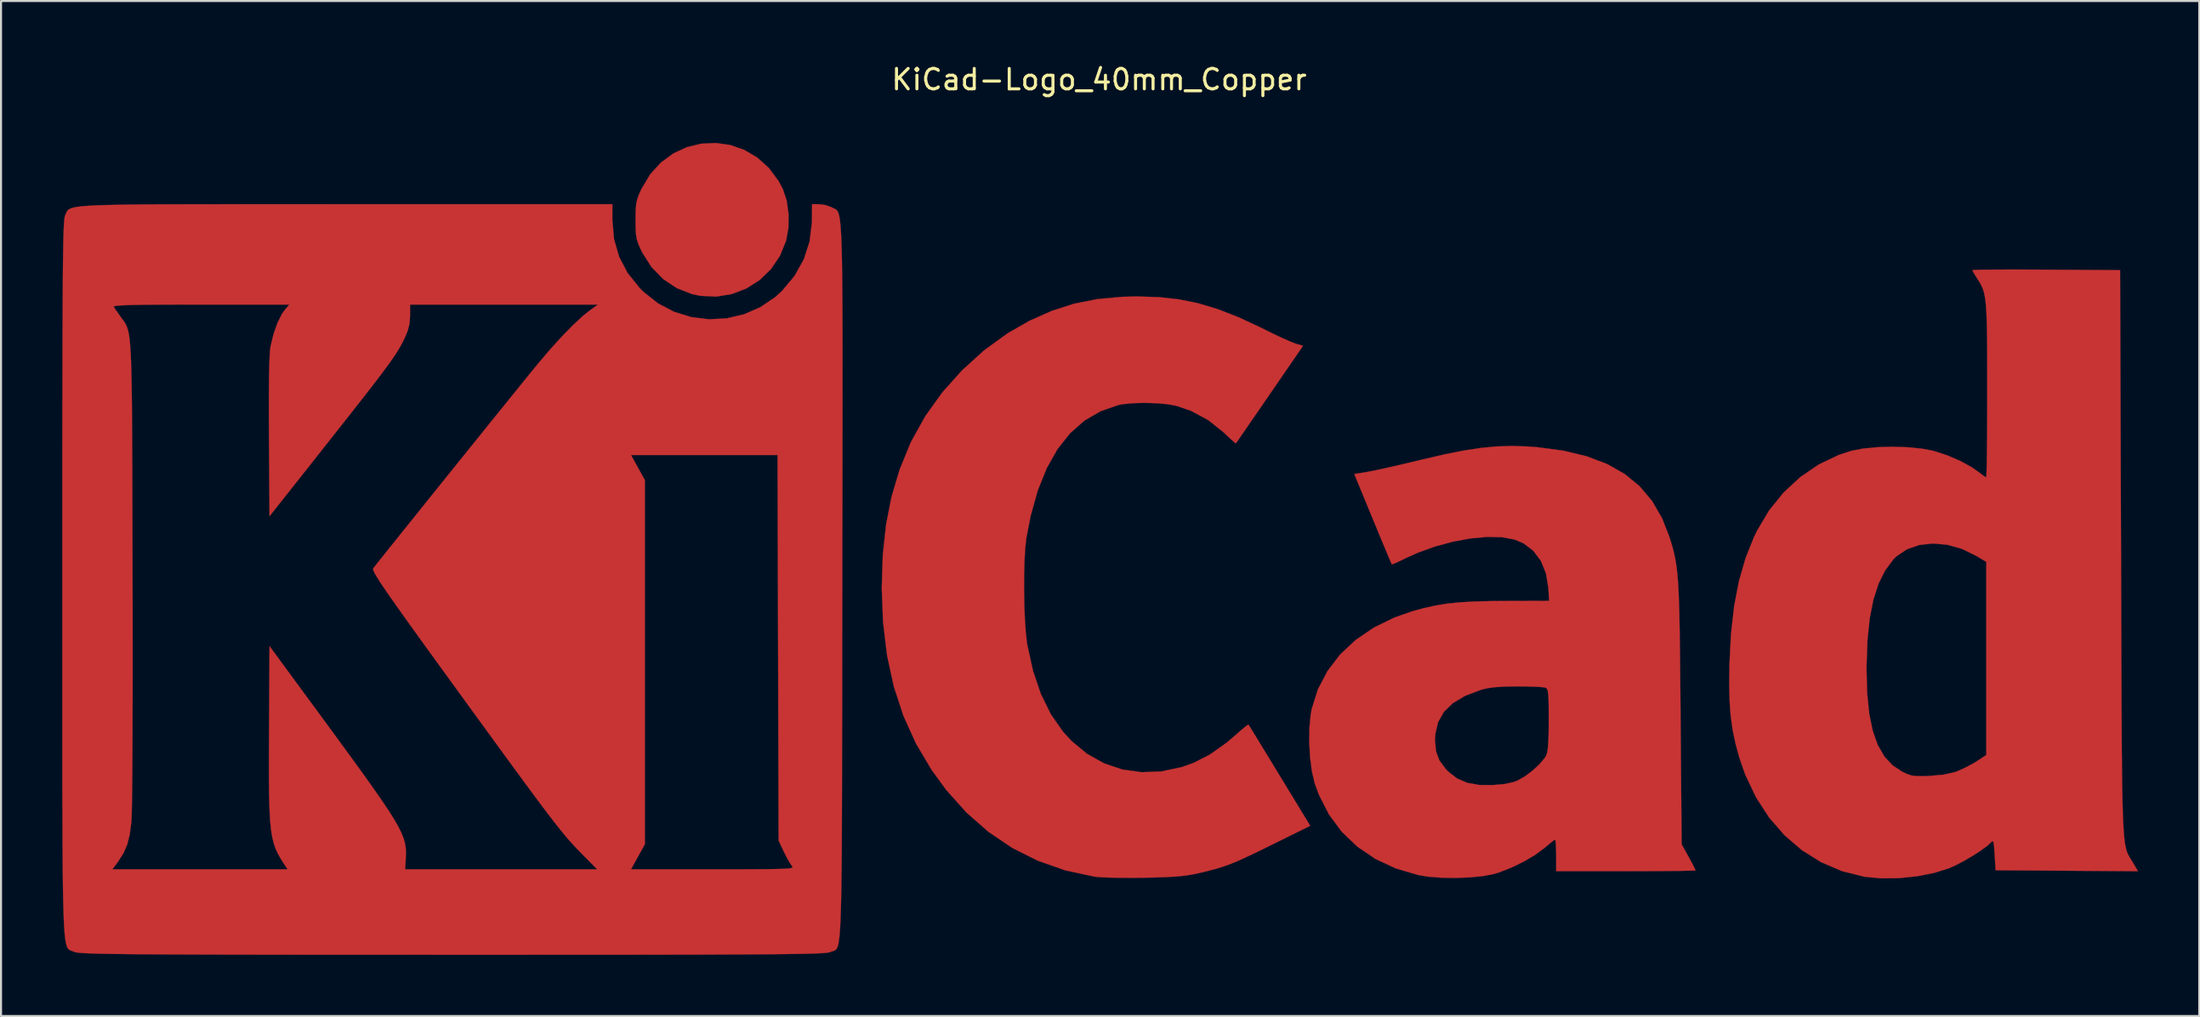
<source format=kicad_pcb>
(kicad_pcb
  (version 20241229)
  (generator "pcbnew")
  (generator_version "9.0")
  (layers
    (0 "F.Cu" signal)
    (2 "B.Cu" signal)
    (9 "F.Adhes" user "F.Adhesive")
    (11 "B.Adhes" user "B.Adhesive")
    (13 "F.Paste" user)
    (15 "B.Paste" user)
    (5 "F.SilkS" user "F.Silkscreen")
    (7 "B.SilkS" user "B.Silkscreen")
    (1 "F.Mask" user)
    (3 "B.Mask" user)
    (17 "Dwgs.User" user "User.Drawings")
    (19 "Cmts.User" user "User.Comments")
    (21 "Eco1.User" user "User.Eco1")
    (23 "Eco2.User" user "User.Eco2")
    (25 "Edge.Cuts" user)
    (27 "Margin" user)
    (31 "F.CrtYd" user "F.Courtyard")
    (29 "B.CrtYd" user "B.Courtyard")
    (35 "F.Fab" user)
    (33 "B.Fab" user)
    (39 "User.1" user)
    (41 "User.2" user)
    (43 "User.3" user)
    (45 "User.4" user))
  (footprint "KiCad-Logo_40mm_Copper"
    (layer "F.Cu")
    (at 50.806 23.708)
    (property "Reference" "KiCad-Logo_40mm_Copper" (at 0 -22.86 0) (layer "F.SilkS") (effects (font (size 1 1) (thickness 0.15))))
    (attr exclude_from_pos_files exclude_from_bom)
    (fp_poly (pts (xy -18.076 -19.651) (xy -17.392 -19.413) (xy -16.756 -19.04) (xy -16.187 -18.531) (xy -15.708 -17.886) (xy -15.493 -17.48) (xy -15.306 -16.911) (xy -15.216 -16.254) (xy -15.226 -15.579) (xy -15.337 -14.968) (xy -15.641 -14.22) (xy -16.081 -13.572) (xy -16.635 -13.035) (xy -17.282 -12.624) (xy -17.998 -12.349) (xy -18.761 -12.225) (xy -19.549 -12.263) (xy -19.938 -12.345) (xy -20.695 -12.64) (xy -21.367 -13.089) (xy -21.938 -13.679) (xy -22.393 -14.397) (xy -22.431 -14.475) (xy -22.564 -14.769) (xy -22.647 -15.017) (xy -22.693 -15.278) (xy -22.711 -15.613) (xy -22.714 -15.977) (xy -22.709 -16.415) (xy -22.686 -16.732) (xy -22.634 -16.987) (xy -22.541 -17.243) (xy -22.426 -17.496) (xy -21.998 -18.213) (xy -21.47 -18.793) (xy -20.864 -19.237) (xy -20.201 -19.545) (xy -19.501 -19.716) (xy -18.786 -19.751) (xy -18.076 -19.651)) (stroke (width 0.01) (type solid)) (fill yes) (layer "F.Cu"))
    (fp_poly (pts (xy 2.917 -12.197) (xy 3.899 -12.09) (xy 4.85 -11.898) (xy 5.809 -11.61) (xy 6.815 -11.218) (xy 7.907 -10.711) (xy 8.103 -10.613) (xy 8.554 -10.39) (xy 8.98 -10.19) (xy 9.338 -10.031) (xy 9.586 -9.933) (xy 9.624 -9.92) (xy 9.989 -9.811) (xy 8.354 -7.432) (xy 7.954 -6.85) (xy 7.588 -6.319) (xy 7.27 -5.856) (xy 7.01 -5.479) (xy 6.822 -5.207) (xy 6.718 -5.057) (xy 6.701 -5.033) (xy 6.632 -5.083) (xy 6.463 -5.232) (xy 6.223 -5.454) (xy 6.091 -5.58) (xy 5.343 -6.175) (xy 4.502 -6.627) (xy 3.778 -6.875) (xy 3.343 -6.953) (xy 2.799 -7) (xy 2.209 -7.016) (xy 1.638 -7) (xy 1.148 -6.951) (xy 0.953 -6.914) (xy 0.074 -6.611) (xy -0.719 -6.149) (xy -1.424 -5.528) (xy -2.041 -4.75) (xy -2.569 -3.815) (xy -3.008 -2.723) (xy -3.356 -1.477) (xy -3.564 -0.41) (xy -3.618 0.061) (xy -3.655 0.67) (xy -3.675 1.372) (xy -3.678 2.125) (xy -3.666 2.883) (xy -3.637 3.605) (xy -3.593 4.245) (xy -3.534 4.76) (xy -3.521 4.839) (xy -3.239 6.12) (xy -2.855 7.253) (xy -2.366 8.244) (xy -1.771 9.098) (xy -1.348 9.559) (xy -0.588 10.186) (xy 0.245 10.651) (xy 1.138 10.951) (xy 2.076 11.083) (xy 3.045 11.046) (xy 4.031 10.837) (xy 4.614 10.632) (xy 5.422 10.221) (xy 6.253 9.633) (xy 6.719 9.235) (xy 6.981 9.004) (xy 7.187 8.835) (xy 7.304 8.754) (xy 7.318 8.751) (xy 7.37 8.835) (xy 7.506 9.054) (xy 7.713 9.392) (xy 7.979 9.829) (xy 8.295 10.346) (xy 8.647 10.924) (xy 8.843 11.246) (xy 10.342 13.707) (xy 8.471 14.632) (xy 7.795 14.964) (xy 7.247 15.226) (xy 6.794 15.43) (xy 6.402 15.591) (xy 6.039 15.72) (xy 5.67 15.831) (xy 5.262 15.937) (xy 4.871 16.03) (xy 4.523 16.102) (xy 4.159 16.156) (xy 3.744 16.196) (xy 3.239 16.224) (xy 2.609 16.244) (xy 2.185 16.252) (xy 1.579 16.258) (xy 0.999 16.255) (xy 0.481 16.245) (xy 0.066 16.227) (xy -0.209 16.202) (xy -0.226 16.2) (xy -1.656 15.891) (xy -2.999 15.421) (xy -4.254 14.793) (xy -5.421 14.005) (xy -6.499 13.058) (xy -7.489 11.953) (xy -8.206 10.97) (xy -8.969 9.684) (xy -9.585 8.326) (xy -10.059 6.885) (xy -10.392 5.35) (xy -10.588 3.711) (xy -10.65 2.046) (xy -10.599 0.435) (xy -10.439 -1.051) (xy -10.166 -2.437) (xy -9.774 -3.749) (xy -9.257 -5.012) (xy -9.196 -5.142) (xy -8.516 -6.365) (xy -7.682 -7.529) (xy -6.716 -8.609) (xy -5.643 -9.582) (xy -4.485 -10.424) (xy -3.407 -11.041) (xy -2.317 -11.524) (xy -1.225 -11.875) (xy -0.089 -12.101) (xy 1.135 -12.213) (xy 1.866 -12.23) (xy 2.917 -12.197)) (stroke (width 0.01) (type solid)) (fill yes) (layer "F.Cu"))
    (fp_poly (pts (xy 45.37 -13.548) (xy 46.144 -13.545) (xy 46.407 -13.543) (xy 50.026 -13.519) (xy 50.072 0.364) (xy 50.078 2.247) (xy 50.083 3.956) (xy 50.088 5.501) (xy 50.093 6.891) (xy 50.098 8.133) (xy 50.104 9.238) (xy 50.111 10.214) (xy 50.12 11.07) (xy 50.13 11.814) (xy 50.142 12.456) (xy 50.157 13.005) (xy 50.174 13.468) (xy 50.195 13.855) (xy 50.219 14.176) (xy 50.246 14.438) (xy 50.278 14.651) (xy 50.314 14.823) (xy 50.355 14.963) (xy 50.401 15.08) (xy 50.453 15.184) (xy 50.511 15.282) (xy 50.574 15.384) (xy 50.644 15.498) (xy 50.659 15.522) (xy 50.9 15.934) (xy 43.927 15.886) (xy 43.881 15.12) (xy 43.856 14.753) (xy 43.83 14.54) (xy 43.795 14.456) (xy 43.743 14.473) (xy 43.699 14.522) (xy 43.507 14.699) (xy 43.195 14.926) (xy 42.806 15.177) (xy 42.384 15.424) (xy 41.974 15.64) (xy 41.659 15.782) (xy 40.921 16.015) (xy 40.074 16.181) (xy 39.181 16.272) (xy 38.304 16.282) (xy 37.506 16.205) (xy 37.493 16.203) (xy 36.401 15.929) (xy 35.379 15.492) (xy 34.436 14.903) (xy 33.583 14.169) (xy 32.829 13.301) (xy 32.185 12.308) (xy 31.659 11.2) (xy 31.373 10.378) (xy 31.185 9.691) (xy 31.045 9.026) (xy 30.949 8.342) (xy 30.894 7.599) (xy 30.875 6.757) (xy 30.883 6.069) (xy 37.601 6.069) (xy 37.633 7.222) (xy 37.733 8.215) (xy 37.905 9.055) (xy 38.152 9.752) (xy 38.476 10.314) (xy 38.881 10.75) (xy 39.348 11.058) (xy 39.592 11.173) (xy 39.803 11.242) (xy 40.038 11.274) (xy 40.354 11.276) (xy 40.695 11.264) (xy 41.364 11.205) (xy 41.894 11.089) (xy 42.06 11.031) (xy 42.44 10.86) (xy 42.841 10.645) (xy 43.016 10.538) (xy 43.471 10.239) (xy 43.471 0.776) (xy 42.971 0.476) (xy 42.272 0.136) (xy 41.559 -0.064) (xy 40.856 -0.127) (xy 40.191 -0.054) (xy 39.589 0.154) (xy 39.075 0.496) (xy 38.91 0.66) (xy 38.511 1.197) (xy 38.188 1.848) (xy 37.938 2.623) (xy 37.759 3.534) (xy 37.648 4.591) (xy 37.603 5.807) (xy 37.601 6.069) (xy 30.883 6.069) (xy 30.887 5.783) (xy 30.964 4.284) (xy 31.118 2.932) (xy 31.354 1.708) (xy 31.676 0.59) (xy 32.087 -0.439) (xy 32.234 -0.744) (xy 32.825 -1.739) (xy 33.54 -2.623) (xy 34.361 -3.383) (xy 35.272 -4.002) (xy 36.255 -4.469) (xy 36.845 -4.661) (xy 37.424 -4.775) (xy 38.121 -4.843) (xy 38.877 -4.865) (xy 39.634 -4.84) (xy 40.333 -4.77) (xy 40.895 -4.659) (xy 41.563 -4.442) (xy 42.211 -4.162) (xy 42.777 -3.849) (xy 43.079 -3.636) (xy 43.287 -3.478) (xy 43.433 -3.382) (xy 43.466 -3.368) (xy 43.476 -3.457) (xy 43.486 -3.709) (xy 43.495 -4.108) (xy 43.502 -4.635) (xy 43.508 -5.273) (xy 43.513 -6.005) (xy 43.516 -6.811) (xy 43.517 -7.633) (xy 43.516 -8.685) (xy 43.514 -9.572) (xy 43.507 -10.311) (xy 43.496 -10.919) (xy 43.478 -11.413) (xy 43.452 -11.809) (xy 43.416 -12.125) (xy 43.369 -12.378) (xy 43.308 -12.584) (xy 43.234 -12.762) (xy 43.144 -12.926) (xy 43.036 -13.096) (xy 43.022 -13.117) (xy 42.884 -13.336) (xy 42.8 -13.487) (xy 42.789 -13.518) (xy 42.876 -13.528) (xy 43.127 -13.537) (xy 43.521 -13.543) (xy 44.039 -13.547) (xy 44.662 -13.549) (xy 45.37 -13.548)) (stroke (width 0.01) (type solid)) (fill yes) (layer "F.Cu"))
    (fp_poly (pts (xy 21.003 -4.879) (xy 21.454 -4.845) (xy 22.745 -4.673) (xy 23.888 -4.399) (xy 24.889 -4.019) (xy 25.753 -3.53) (xy 26.486 -2.927) (xy 27.094 -2.207) (xy 27.583 -1.365) (xy 27.939 -0.455) (xy 28.03 -0.165) (xy 28.109 0.107) (xy 28.177 0.375) (xy 28.235 0.654) (xy 28.284 0.958) (xy 28.325 1.303) (xy 28.36 1.702) (xy 28.388 2.171) (xy 28.411 2.723) (xy 28.43 3.374) (xy 28.445 4.139) (xy 28.458 5.031) (xy 28.469 6.066) (xy 28.48 7.259) (xy 28.488 8.194) (xy 28.541 14.612) (xy 28.882 15.229) (xy 29.044 15.527) (xy 29.164 15.758) (xy 29.222 15.881) (xy 29.224 15.89) (xy 29.136 15.899) (xy 28.886 15.908) (xy 28.494 15.916) (xy 27.979 15.922) (xy 27.362 15.927) (xy 26.663 15.931) (xy 25.901 15.932) (xy 25.81 15.932) (xy 22.396 15.932) (xy 22.396 15.158) (xy 22.39 14.808) (xy 22.374 14.541) (xy 22.352 14.398) (xy 22.342 14.384) (xy 22.252 14.44) (xy 22.066 14.586) (xy 21.824 14.791) (xy 21.819 14.795) (xy 21.378 15.124) (xy 20.82 15.454) (xy 20.21 15.752) (xy 19.61 15.988) (xy 19.346 16.068) (xy 18.82 16.17) (xy 18.175 16.235) (xy 17.469 16.263) (xy 16.762 16.251) (xy 16.113 16.2) (xy 15.659 16.126) (xy 14.545 15.799) (xy 13.542 15.333) (xy 12.657 14.733) (xy 11.896 14.006) (xy 11.265 13.158) (xy 10.772 12.193) (xy 10.559 11.608) (xy 10.426 11.039) (xy 10.338 10.356) (xy 10.297 9.622) (xy 10.298 9.515) (xy 16.455 9.515) (xy 16.506 10.06) (xy 16.676 10.513) (xy 16.991 10.934) (xy 17.111 11.057) (xy 17.54 11.391) (xy 18.036 11.604) (xy 18.63 11.708) (xy 19.256 11.715) (xy 19.849 11.665) (xy 20.304 11.567) (xy 20.501 11.493) (xy 20.857 11.292) (xy 21.233 11.009) (xy 21.577 10.691) (xy 21.834 10.386) (xy 21.902 10.274) (xy 21.955 10.117) (xy 21.993 9.868) (xy 22.017 9.502) (xy 22.029 8.996) (xy 22.032 8.514) (xy 22.03 7.952) (xy 22.023 7.546) (xy 22.008 7.269) (xy 21.983 7.094) (xy 21.944 6.996) (xy 21.889 6.947) (xy 21.872 6.939) (xy 21.725 6.915) (xy 21.435 6.895) (xy 21.042 6.882) (xy 20.583 6.876) (xy 20.484 6.876) (xy 19.871 6.886) (xy 19.398 6.915) (xy 19.022 6.967) (xy 18.711 7.044) (xy 17.941 7.335) (xy 17.337 7.693) (xy 16.893 8.124) (xy 16.606 8.633) (xy 16.469 9.227) (xy 16.455 9.515) (xy 10.298 9.515) (xy 10.306 8.899) (xy 10.368 8.252) (xy 10.416 7.991) (xy 10.722 7.02) (xy 11.189 6.127) (xy 11.806 5.32) (xy 12.565 4.607) (xy 13.458 3.998) (xy 14.475 3.501) (xy 15.34 3.199) (xy 15.918 3.04) (xy 16.471 2.917) (xy 17.034 2.825) (xy 17.644 2.761) (xy 18.337 2.72) (xy 19.147 2.698) (xy 19.88 2.692) (xy 22.052 2.686) (xy 22.01 2.033) (xy 21.892 1.324) (xy 21.641 0.715) (xy 21.267 0.221) (xy 20.781 -0.143) (xy 20.354 -0.321) (xy 19.741 -0.433) (xy 19.011 -0.449) (xy 18.199 -0.375) (xy 17.339 -0.217) (xy 16.465 0.019) (xy 15.61 0.327) (xy 14.989 0.609) (xy 14.691 0.754) (xy 14.463 0.855) (xy 14.347 0.895) (xy 14.341 0.893) (xy 14.301 0.805) (xy 14.201 0.571) (xy 14.051 0.213) (xy 13.859 -0.246) (xy 13.636 -0.784) (xy 13.409 -1.332) (xy 12.503 -3.529) (xy 13.148 -3.635) (xy 13.427 -3.688) (xy 13.847 -3.777) (xy 14.372 -3.894) (xy 14.965 -4.032) (xy 15.592 -4.181) (xy 15.841 -4.241) (xy 16.919 -4.491) (xy 17.864 -4.679) (xy 18.709 -4.808) (xy 19.491 -4.881) (xy 20.243 -4.904) (xy 21.003 -4.879)) (stroke (width 0.01) (type solid)) (fill yes) (layer "F.Cu"))
    (fp_poly (pts (xy -39.491 -16.752) (xy -37.737 -16.751) (xy -36.921 -16.751) (xy -23.852 -16.751) (xy -23.852 -15.981) (xy -23.77 -15.043) (xy -23.522 -14.179) (xy -23.106 -13.382) (xy -22.519 -12.648) (xy -22.32 -12.449) (xy -21.606 -11.887) (xy -20.819 -11.476) (xy -19.982 -11.218) (xy -19.118 -11.112) (xy -18.251 -11.157) (xy -17.405 -11.354) (xy -16.602 -11.703) (xy -15.866 -12.202) (xy -15.535 -12.503) (xy -14.919 -13.242) (xy -14.468 -14.054) (xy -14.184 -14.931) (xy -14.073 -15.863) (xy -14.071 -15.955) (xy -14.066 -16.751) (xy -13.715 -16.751) (xy -13.405 -16.709) (xy -13.121 -16.607) (xy -13.102 -16.596) (xy -13.038 -16.563) (xy -12.98 -16.537) (xy -12.926 -16.511) (xy -12.877 -16.477) (xy -12.832 -16.428) (xy -12.792 -16.356) (xy -12.756 -16.254) (xy -12.724 -16.114) (xy -12.696 -15.928) (xy -12.672 -15.689) (xy -12.65 -15.39) (xy -12.632 -15.023) (xy -12.617 -14.58) (xy -12.604 -14.054) (xy -12.594 -13.438) (xy -12.586 -12.723) (xy -12.58 -11.902) (xy -12.576 -10.968) (xy -12.574 -9.913) (xy -12.573 -8.73) (xy -12.573 -7.411) (xy -12.575 -5.948) (xy -12.577 -4.335) (xy -12.579 -2.562) (xy -12.582 -0.624) (xy -12.585 1.488) (xy -12.585 1.745) (xy -12.588 3.871) (xy -12.59 5.822) (xy -12.592 7.606) (xy -12.595 9.23) (xy -12.597 10.703) (xy -12.6 12.031) (xy -12.604 13.223) (xy -12.609 14.285) (xy -12.615 15.225) (xy -12.623 16.051) (xy -12.632 16.77) (xy -12.644 17.391) (xy -12.658 17.919) (xy -12.674 18.364) (xy -12.693 18.732) (xy -12.715 19.031) (xy -12.74 19.268) (xy -12.769 19.452) (xy -12.801 19.589) (xy -12.838 19.688) (xy -12.878 19.755) (xy -12.923 19.798) (xy -12.973 19.825) (xy -13.027 19.844) (xy -13.087 19.861) (xy -13.152 19.885) (xy -13.168 19.892) (xy -13.218 19.908) (xy -13.302 19.923) (xy -13.426 19.937) (xy -13.599 19.949) (xy -13.828 19.961) (xy -14.12 19.971) (xy -14.481 19.98) (xy -14.921 19.988) (xy -15.445 19.995) (xy -16.061 20.001) (xy -16.777 20.007) (xy -17.599 20.011) (xy -18.536 20.015) (xy -19.594 20.019) (xy -20.78 20.021) (xy -22.103 20.023) (xy -23.569 20.025) (xy -25.185 20.026) (xy -26.96 20.026) (xy -28.899 20.027) (xy -31.011 20.027) (xy -31.695 20.027) (xy -33.854 20.026) (xy -35.839 20.026) (xy -37.656 20.025) (xy -39.313 20.024) (xy -40.818 20.022) (xy -42.177 20.02) (xy -43.399 20.018) (xy -44.491 20.014) (xy -45.459 20.011) (xy -46.312 20.006) (xy -47.057 20.001) (xy -47.701 19.995) (xy -48.252 19.988) (xy -48.717 19.981) (xy -49.103 19.972) (xy -49.419 19.962) (xy -49.67 19.951) (xy -49.865 19.94) (xy -50.011 19.926) (xy -50.116 19.912) (xy -50.186 19.896) (xy -50.225 19.882) (xy -50.293 19.853) (xy -50.355 19.832) (xy -50.413 19.811) (xy -50.465 19.782) (xy -50.512 19.738) (xy -50.555 19.672) (xy -50.593 19.576) (xy -50.627 19.442) (xy -50.657 19.262) (xy -50.684 19.031) (xy -50.707 18.739) (xy -50.726 18.379) (xy -50.743 17.944) (xy -50.757 17.426) (xy -50.769 16.818) (xy -50.778 16.112) (xy -50.781 15.841) (xy -48.351 15.841) (xy -39.763 15.841) (xy -39.929 15.591) (xy -40.093 15.333) (xy -40.232 15.088) (xy -40.348 14.838) (xy -40.443 14.567) (xy -40.518 14.255) (xy -40.577 13.888) (xy -40.62 13.447) (xy -40.649 12.916) (xy -40.668 12.277) (xy -40.677 11.513) (xy -40.679 10.607) (xy -40.675 9.542) (xy -40.673 9.146) (xy -40.649 4.907) (xy -37.963 8.563) (xy -37.203 9.601) (xy -36.543 10.504) (xy -35.979 11.285) (xy -35.502 11.956) (xy -35.105 12.529) (xy -34.781 13.015) (xy -34.523 13.428) (xy -34.325 13.778) (xy -34.178 14.078) (xy -34.076 14.34) (xy -34.011 14.575) (xy -33.977 14.796) (xy -33.967 15.014) (xy -33.972 15.242) (xy -33.974 15.271) (xy -34.003 15.841) (xy -29.297 15.841) (xy -24.592 15.841) (xy -25.292 15.135) (xy -25.482 14.942) (xy -25.662 14.754) (xy -25.84 14.561) (xy -26.025 14.353) (xy -26.223 14.118) (xy -26.443 13.848) (xy -26.693 13.53) (xy -26.981 13.156) (xy -27.315 12.715) (xy -27.702 12.195) (xy -28.15 11.588) (xy -28.668 10.883) (xy -29.262 10.068) (xy -29.942 9.135) (xy -30.716 8.072) (xy -31.349 7.2) (xy -32.145 6.104) (xy -32.838 5.147) (xy -33.437 4.317) (xy -33.947 3.608) (xy -34.373 3.008) (xy -34.724 2.51) (xy -35.005 2.104) (xy -35.221 1.781) (xy -35.38 1.532) (xy -35.488 1.348) (xy -35.551 1.22) (xy -35.576 1.139) (xy -35.568 1.096) (xy -35.48 0.982) (xy -35.288 0.74) (xy -35.006 0.386) (xy -34.643 -0.067) (xy -34.213 -0.604) (xy -33.725 -1.211) (xy -33.193 -1.874) (xy -32.627 -2.578) (xy -32.039 -3.309) (xy -31.441 -4.052) (xy -31.111 -4.461) (xy -22.938 -4.461) (xy -22.599 -3.846) (xy -22.259 -3.232) (xy -22.259 14.612) (xy -22.599 15.226) (xy -22.938 15.841) (xy -18.92 15.841) (xy -17.961 15.841) (xy -17.169 15.839) (xy -16.528 15.836) (xy -16.024 15.831) (xy -15.642 15.823) (xy -15.366 15.812) (xy -15.181 15.796) (xy -15.071 15.776) (xy -15.023 15.75) (xy -15.021 15.718) (xy -15.048 15.679) (xy -15.049 15.679) (xy -15.163 15.513) (xy -15.315 15.243) (xy -15.45 14.974) (xy -15.704 14.43) (xy -15.73 4.984) (xy -15.756 -4.461) (xy -22.938 -4.461) (xy -31.111 -4.461) (xy -30.843 -4.794) (xy -30.258 -5.519) (xy -29.698 -6.215) (xy -29.173 -6.865) (xy -28.695 -7.456) (xy -28.276 -7.974) (xy -27.928 -8.403) (xy -27.661 -8.731) (xy -27.505 -8.922) (xy -26.897 -9.636) (xy -26.312 -10.281) (xy -25.77 -10.834) (xy -25.293 -11.276) (xy -24.954 -11.547) (xy -24.553 -11.835) (xy -33.766 -11.835) (xy -33.764 -11.295) (xy -33.789 -10.897) (xy -33.886 -10.529) (xy -34.036 -10.179) (xy -34.133 -9.982) (xy -34.238 -9.786) (xy -34.36 -9.58) (xy -34.508 -9.349) (xy -34.692 -9.081) (xy -34.922 -8.763) (xy -35.206 -8.382) (xy -35.556 -7.924) (xy -35.98 -7.378) (xy -36.488 -6.729) (xy -37.089 -5.966) (xy -37.793 -5.075) (xy -37.872 -4.974) (xy -40.649 -1.463) (xy -40.676 -5.352) (xy -40.681 -6.516) (xy -40.68 -7.503) (xy -40.672 -8.313) (xy -40.658 -8.952) (xy -40.637 -9.421) (xy -40.609 -9.725) (xy -40.599 -9.783) (xy -40.452 -10.39) (xy -40.259 -10.937) (xy -40.038 -11.377) (xy -39.906 -11.563) (xy -39.677 -11.835) (xy -44.015 -11.835) (xy -45.05 -11.834) (xy -45.915 -11.831) (xy -46.623 -11.826) (xy -47.188 -11.818) (xy -47.62 -11.807) (xy -47.934 -11.793) (xy -48.141 -11.775) (xy -48.254 -11.753) (xy -48.286 -11.727) (xy -48.284 -11.721) (xy -48.192 -11.583) (xy -48.039 -11.363) (xy -47.959 -11.251) (xy -47.877 -11.14) (xy -47.803 -11.041) (xy -47.737 -10.944) (xy -47.679 -10.838) (xy -47.627 -10.716) (xy -47.582 -10.566) (xy -47.542 -10.378) (xy -47.509 -10.144) (xy -47.48 -9.854) (xy -47.456 -9.497) (xy -47.436 -9.063) (xy -47.42 -8.544) (xy -47.407 -7.929) (xy -47.396 -7.208) (xy -47.388 -6.372) (xy -47.382 -5.411) (xy -47.377 -4.315) (xy -47.373 -3.075) (xy -47.369 -1.68) (xy -47.365 -0.121) (xy -47.362 1.311) (xy -47.358 2.908) (xy -47.357 4.431) (xy -47.356 5.872) (xy -47.358 7.219) (xy -47.361 8.464) (xy -47.365 9.597) (xy -47.37 10.608) (xy -47.377 11.487) (xy -47.385 12.225) (xy -47.395 12.812) (xy -47.405 13.238) (xy -47.417 13.493) (xy -47.419 13.52) (xy -47.5 14.139) (xy -47.625 14.635) (xy -47.817 15.069) (xy -48.095 15.498) (xy -48.129 15.545) (xy -48.351 15.841) (xy -50.781 15.841) (xy -50.786 15.3) (xy -50.791 14.376) (xy -50.795 13.332) (xy -50.798 12.159) (xy -50.8 10.851) (xy -50.801 9.4) (xy -50.801 7.798) (xy -50.801 6.038) (xy -50.8 4.113) (xy -50.8 2.014) (xy -50.8 1.598) (xy -50.8 -0.523) (xy -50.799 -2.469) (xy -50.799 -4.248) (xy -50.798 -5.867) (xy -50.796 -7.334) (xy -50.794 -8.656) (xy -50.791 -9.841) (xy -50.788 -10.897) (xy -50.784 -11.83) (xy -50.779 -12.648) (xy -50.774 -13.359) (xy -50.768 -13.97) (xy -50.76 -14.488) (xy -50.752 -14.922) (xy -50.743 -15.278) (xy -50.733 -15.564) (xy -50.721 -15.788) (xy -50.708 -15.956) (xy -50.694 -16.077) (xy -50.679 -16.158) (xy -50.663 -16.207) (xy -50.662 -16.208) (xy -50.628 -16.282) (xy -50.599 -16.349) (xy -50.567 -16.409) (xy -50.524 -16.463) (xy -50.46 -16.511) (xy -50.367 -16.553) (xy -50.236 -16.59) (xy -50.057 -16.623) (xy -49.824 -16.65) (xy -49.525 -16.674) (xy -49.154 -16.693) (xy -48.701 -16.709) (xy -48.157 -16.722) (xy -47.514 -16.732) (xy -46.762 -16.739) (xy -45.894 -16.745) (xy -44.9 -16.748) (xy -43.771 -16.75) (xy -42.5 -16.751) (xy -41.076 -16.752) (xy -39.491 -16.752)) (stroke (width 0.01) (type solid)) (fill yes) (layer "F.Cu")))
  (gr_rect
    (start -3 -3)
    (end 104.711 46.74)
    (stroke (width 0.1) (type default))
    (fill no)
    (layer "Edge.Cuts")))
</source>
